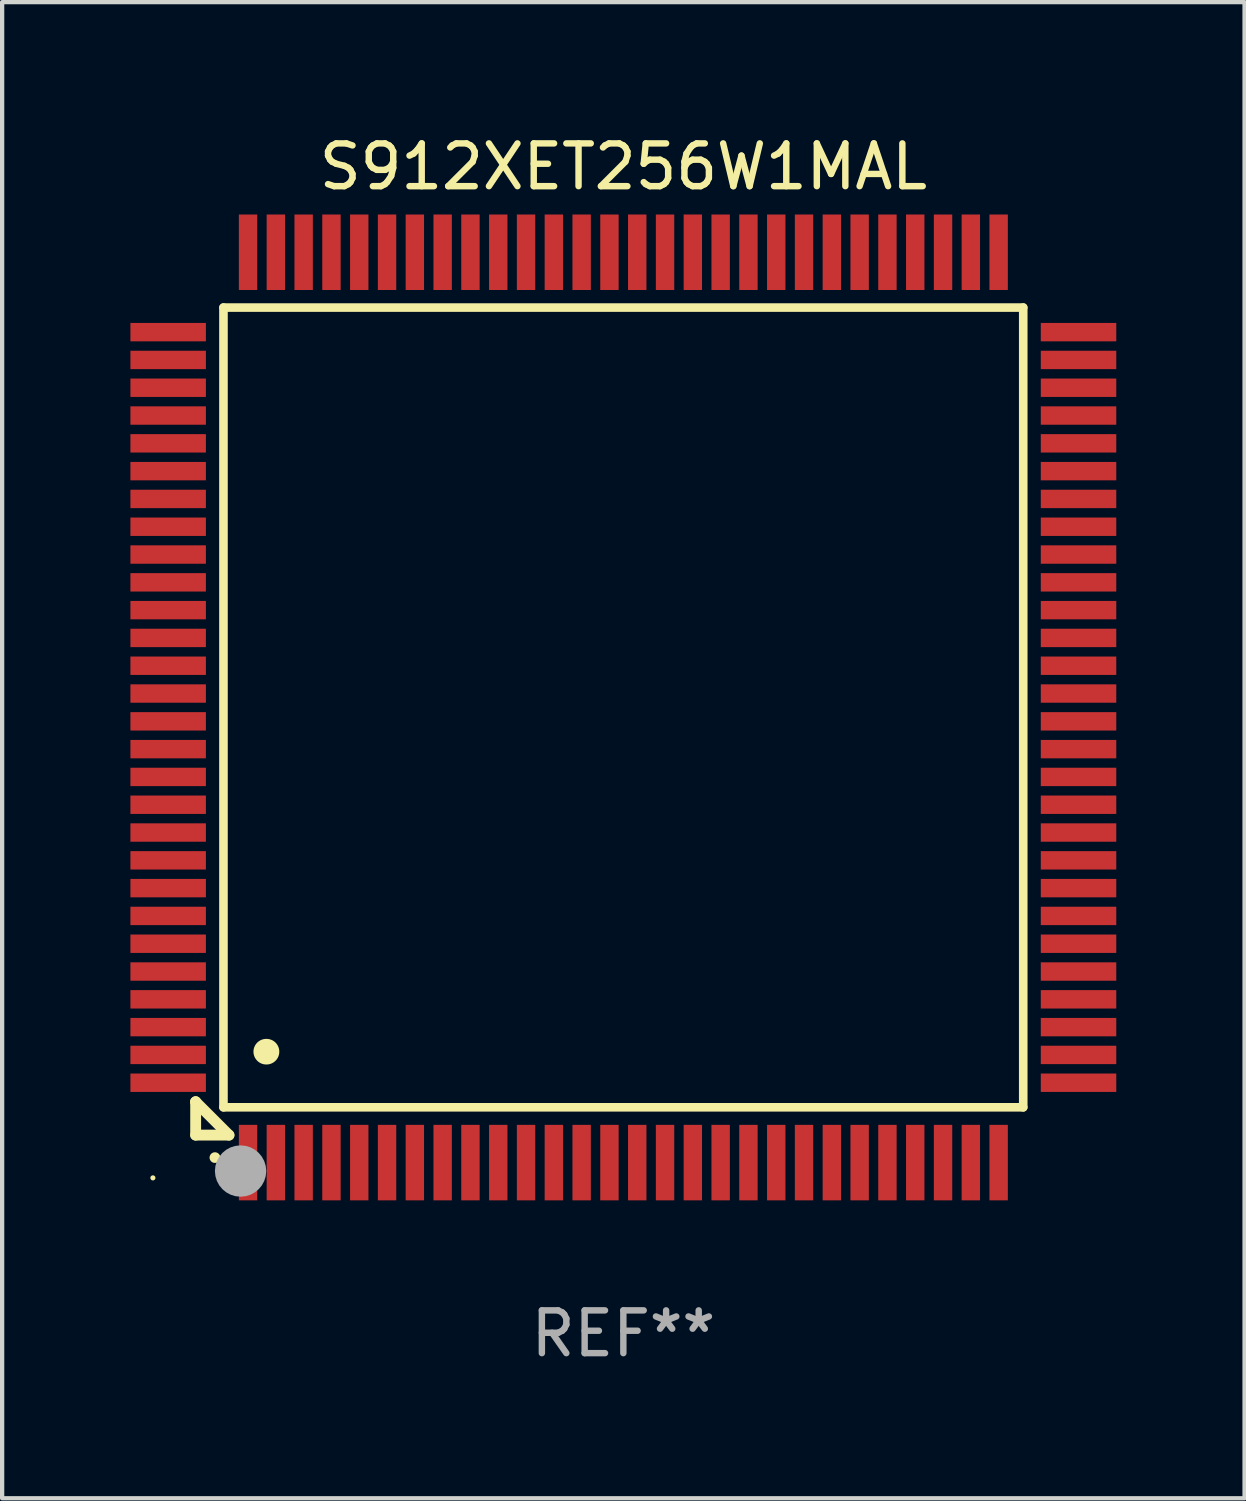
<source format=kicad_pcb>
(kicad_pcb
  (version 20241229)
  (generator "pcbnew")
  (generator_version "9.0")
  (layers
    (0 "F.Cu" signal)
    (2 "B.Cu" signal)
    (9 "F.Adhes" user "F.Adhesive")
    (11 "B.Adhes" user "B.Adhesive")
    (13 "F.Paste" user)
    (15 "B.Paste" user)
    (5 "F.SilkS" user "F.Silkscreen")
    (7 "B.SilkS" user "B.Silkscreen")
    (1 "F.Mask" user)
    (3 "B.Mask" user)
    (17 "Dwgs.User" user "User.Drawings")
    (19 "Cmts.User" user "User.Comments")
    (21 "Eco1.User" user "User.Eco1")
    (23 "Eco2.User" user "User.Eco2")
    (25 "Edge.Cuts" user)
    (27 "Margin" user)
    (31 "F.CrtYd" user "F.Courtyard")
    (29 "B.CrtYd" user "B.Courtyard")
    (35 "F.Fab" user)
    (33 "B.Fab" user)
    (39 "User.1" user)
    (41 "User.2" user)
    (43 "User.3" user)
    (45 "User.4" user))
  (footprint "S912XET256W1MAL"
    (layer "F.Cu")
    (at 11.525 13.491)
    (property "Reference" "S912XET256W1MAL" (at 0 -12.643 0) (layer "F.SilkS") (effects (font (size 1 1) (thickness 0.15))))
    (attr through_hole)
    (fp_line (start -10 9.221) (end -10 9.221) (stroke (width 0.254) (type solid)) (layer "F.SilkS"))
    (fp_line (start -10 9.221) (end -10 10) (stroke (width 0.254) (type solid)) (layer "F.SilkS"))
    (fp_line (start -10 9.221) (end -9.221 10) (stroke (width 0.254) (type solid)) (layer "F.SilkS"))
    (fp_line (start -10 10) (end -9.221 10) (stroke (width 0.254) (type solid)) (layer "F.SilkS"))
    (fp_line (start -9.35 -9.35) (end -9.35 9.35) (stroke (width 0.201) (type solid)) (layer "F.SilkS"))
    (fp_line (start -9.35 9.35) (end 9.35 9.35) (stroke (width 0.201) (type solid)) (layer "F.SilkS"))
    (fp_line (start 9.35 -9.35) (end -9.35 -9.35) (stroke (width 0.201) (type solid)) (layer "F.SilkS"))
    (fp_line (start 9.35 9.35) (end 9.35 -9.35) (stroke (width 0.201) (type solid)) (layer "F.SilkS"))
    (fp_arc (start -9.550546 10.525832) (mid -9.549276 10.525826) (end -9.548006 10.525832) (stroke (width 0.24892) (type solid)) (layer "F.SilkS"))
    (fp_arc (start -8.349124 8.049327) (mid -8.346584 8.049316) (end -8.344044 8.049327) (stroke (width 0.599441) (type solid)) (layer "F.SilkS"))
    (fp_circle (center -11 11) (end -10.97 11) (stroke (width 0.06) (type solid)) (fill no) (layer "F.SilkS"))
    (fp_circle (center -8.95 10.84) (end -8.65 10.84) (stroke (width 0.6) (type solid)) (fill no) (layer "F.Fab"))
    (fp_text user "REF**" (at 0 14.643 0) (layer "F.Fab") (effects (font (size 1 1) (thickness 0.15))))
    (pad "1" smd rect (at -8.775 10.643) (size 0.43 1.765) (layers "F.Cu" "F.Mask" "F.Paste"))
    (pad "2" smd rect (at -8.125 10.643) (size 0.43 1.765) (layers "F.Cu" "F.Mask" "F.Paste"))
    (pad "3" smd rect (at -7.475 10.643) (size 0.43 1.765) (layers "F.Cu" "F.Mask" "F.Paste"))
    (pad "4" smd rect (at -6.825 10.643) (size 0.43 1.765) (layers "F.Cu" "F.Mask" "F.Paste"))
    (pad "5" smd rect (at -6.175 10.643) (size 0.43 1.765) (layers "F.Cu" "F.Mask" "F.Paste"))
    (pad "6" smd rect (at -5.525 10.643) (size 0.43 1.765) (layers "F.Cu" "F.Mask" "F.Paste"))
    (pad "7" smd rect (at -4.875 10.643) (size 0.43 1.765) (layers "F.Cu" "F.Mask" "F.Paste"))
    (pad "8" smd rect (at -4.225 10.643) (size 0.43 1.765) (layers "F.Cu" "F.Mask" "F.Paste"))
    (pad "9" smd rect (at -3.575 10.643) (size 0.43 1.765) (layers "F.Cu" "F.Mask" "F.Paste"))
    (pad "10" smd rect (at -2.925 10.643) (size 0.43 1.765) (layers "F.Cu" "F.Mask" "F.Paste"))
    (pad "11" smd rect (at -2.275 10.643) (size 0.43 1.765) (layers "F.Cu" "F.Mask" "F.Paste"))
    (pad "12" smd rect (at -1.625 10.643) (size 0.43 1.765) (layers "F.Cu" "F.Mask" "F.Paste"))
    (pad "13" smd rect (at -0.975 10.643) (size 0.43 1.765) (layers "F.Cu" "F.Mask" "F.Paste"))
    (pad "14" smd rect (at -0.325 10.643) (size 0.43 1.765) (layers "F.Cu" "F.Mask" "F.Paste"))
    (pad "15" smd rect (at 0.325 10.643) (size 0.43 1.765) (layers "F.Cu" "F.Mask" "F.Paste"))
    (pad "16" smd rect (at 0.975 10.643) (size 0.43 1.765) (layers "F.Cu" "F.Mask" "F.Paste"))
    (pad "17" smd rect (at 1.625 10.643) (size 0.43 1.765) (layers "F.Cu" "F.Mask" "F.Paste"))
    (pad "18" smd rect (at 2.275 10.643) (size 0.43 1.765) (layers "F.Cu" "F.Mask" "F.Paste"))
    (pad "19" smd rect (at 2.925 10.643) (size 0.43 1.765) (layers "F.Cu" "F.Mask" "F.Paste"))
    (pad "20" smd rect (at 3.575 10.643) (size 0.43 1.765) (layers "F.Cu" "F.Mask" "F.Paste"))
    (pad "21" smd rect (at 4.225 10.643) (size 0.43 1.765) (layers "F.Cu" "F.Mask" "F.Paste"))
    (pad "22" smd rect (at 4.875 10.643) (size 0.43 1.765) (layers "F.Cu" "F.Mask" "F.Paste"))
    (pad "23" smd rect (at 5.525 10.643) (size 0.43 1.765) (layers "F.Cu" "F.Mask" "F.Paste"))
    (pad "24" smd rect (at 6.175 10.643) (size 0.43 1.765) (layers "F.Cu" "F.Mask" "F.Paste"))
    (pad "25" smd rect (at 6.825 10.643) (size 0.43 1.765) (layers "F.Cu" "F.Mask" "F.Paste"))
    (pad "26" smd rect (at 7.475 10.643) (size 0.43 1.765) (layers "F.Cu" "F.Mask" "F.Paste"))
    (pad "27" smd rect (at 8.125 10.643) (size 0.43 1.765) (layers "F.Cu" "F.Mask" "F.Paste"))
    (pad "28" smd rect (at 8.775 10.643) (size 0.43 1.765) (layers "F.Cu" "F.Mask" "F.Paste"))
    (pad "29" smd rect (at 10.643 8.775) (size 1.765 0.43) (layers "F.Cu" "F.Mask" "F.Paste"))
    (pad "30" smd rect (at 10.643 8.125) (size 1.765 0.43) (layers "F.Cu" "F.Mask" "F.Paste"))
    (pad "31" smd rect (at 10.643 7.475) (size 1.765 0.43) (layers "F.Cu" "F.Mask" "F.Paste"))
    (pad "32" smd rect (at 10.643 6.825) (size 1.765 0.43) (layers "F.Cu" "F.Mask" "F.Paste"))
    (pad "33" smd rect (at 10.643 6.175) (size 1.765 0.43) (layers "F.Cu" "F.Mask" "F.Paste"))
    (pad "34" smd rect (at 10.643 5.525) (size 1.765 0.43) (layers "F.Cu" "F.Mask" "F.Paste"))
    (pad "35" smd rect (at 10.643 4.875) (size 1.765 0.43) (layers "F.Cu" "F.Mask" "F.Paste"))
    (pad "36" smd rect (at 10.643 4.225) (size 1.765 0.43) (layers "F.Cu" "F.Mask" "F.Paste"))
    (pad "37" smd rect (at 10.643 3.575) (size 1.765 0.43) (layers "F.Cu" "F.Mask" "F.Paste"))
    (pad "38" smd rect (at 10.643 2.925) (size 1.765 0.43) (layers "F.Cu" "F.Mask" "F.Paste"))
    (pad "39" smd rect (at 10.643 2.275) (size 1.765 0.43) (layers "F.Cu" "F.Mask" "F.Paste"))
    (pad "40" smd rect (at 10.643 1.625) (size 1.765 0.43) (layers "F.Cu" "F.Mask" "F.Paste"))
    (pad "41" smd rect (at 10.643 0.975) (size 1.765 0.43) (layers "F.Cu" "F.Mask" "F.Paste"))
    (pad "42" smd rect (at 10.643 0.325) (size 1.765 0.43) (layers "F.Cu" "F.Mask" "F.Paste"))
    (pad "43" smd rect (at 10.643 -0.325) (size 1.765 0.43) (layers "F.Cu" "F.Mask" "F.Paste"))
    (pad "44" smd rect (at 10.643 -0.975) (size 1.765 0.43) (layers "F.Cu" "F.Mask" "F.Paste"))
    (pad "45" smd rect (at 10.643 -1.625) (size 1.765 0.43) (layers "F.Cu" "F.Mask" "F.Paste"))
    (pad "46" smd rect (at 10.643 -2.275) (size 1.765 0.43) (layers "F.Cu" "F.Mask" "F.Paste"))
    (pad "47" smd rect (at 10.643 -2.925) (size 1.765 0.43) (layers "F.Cu" "F.Mask" "F.Paste"))
    (pad "48" smd rect (at 10.643 -3.575) (size 1.765 0.43) (layers "F.Cu" "F.Mask" "F.Paste"))
    (pad "49" smd rect (at 10.643 -4.225) (size 1.765 0.43) (layers "F.Cu" "F.Mask" "F.Paste"))
    (pad "50" smd rect (at 10.643 -4.875) (size 1.765 0.43) (layers "F.Cu" "F.Mask" "F.Paste"))
    (pad "51" smd rect (at 10.643 -5.525) (size 1.765 0.43) (layers "F.Cu" "F.Mask" "F.Paste"))
    (pad "52" smd rect (at 10.643 -6.175) (size 1.765 0.43) (layers "F.Cu" "F.Mask" "F.Paste"))
    (pad "53" smd rect (at 10.643 -6.825) (size 1.765 0.43) (layers "F.Cu" "F.Mask" "F.Paste"))
    (pad "54" smd rect (at 10.643 -7.475) (size 1.765 0.43) (layers "F.Cu" "F.Mask" "F.Paste"))
    (pad "55" smd rect (at 10.643 -8.125) (size 1.765 0.43) (layers "F.Cu" "F.Mask" "F.Paste"))
    (pad "56" smd rect (at 10.643 -8.775) (size 1.765 0.43) (layers "F.Cu" "F.Mask" "F.Paste"))
    (pad "57" smd rect (at 8.775 -10.643) (size 0.43 1.765) (layers "F.Cu" "F.Mask" "F.Paste"))
    (pad "58" smd rect (at 8.125 -10.643) (size 0.43 1.765) (layers "F.Cu" "F.Mask" "F.Paste"))
    (pad "59" smd rect (at 7.475 -10.643) (size 0.43 1.765) (layers "F.Cu" "F.Mask" "F.Paste"))
    (pad "60" smd rect (at 6.825 -10.643) (size 0.43 1.765) (layers "F.Cu" "F.Mask" "F.Paste"))
    (pad "61" smd rect (at 6.175 -10.643) (size 0.43 1.765) (layers "F.Cu" "F.Mask" "F.Paste"))
    (pad "62" smd rect (at 5.525 -10.643) (size 0.43 1.765) (layers "F.Cu" "F.Mask" "F.Paste"))
    (pad "63" smd rect (at 4.875 -10.643) (size 0.43 1.765) (layers "F.Cu" "F.Mask" "F.Paste"))
    (pad "64" smd rect (at 4.225 -10.643) (size 0.43 1.765) (layers "F.Cu" "F.Mask" "F.Paste"))
    (pad "65" smd rect (at 3.575 -10.643) (size 0.43 1.765) (layers "F.Cu" "F.Mask" "F.Paste"))
    (pad "66" smd rect (at 2.925 -10.643) (size 0.43 1.765) (layers "F.Cu" "F.Mask" "F.Paste"))
    (pad "67" smd rect (at 2.275 -10.643) (size 0.43 1.765) (layers "F.Cu" "F.Mask" "F.Paste"))
    (pad "68" smd rect (at 1.625 -10.643) (size 0.43 1.765) (layers "F.Cu" "F.Mask" "F.Paste"))
    (pad "69" smd rect (at 0.975 -10.643) (size 0.43 1.765) (layers "F.Cu" "F.Mask" "F.Paste"))
    (pad "70" smd rect (at 0.325 -10.643) (size 0.43 1.765) (layers "F.Cu" "F.Mask" "F.Paste"))
    (pad "71" smd rect (at -0.325 -10.643) (size 0.43 1.765) (layers "F.Cu" "F.Mask" "F.Paste"))
    (pad "72" smd rect (at -0.975 -10.643) (size 0.43 1.765) (layers "F.Cu" "F.Mask" "F.Paste"))
    (pad "73" smd rect (at -1.625 -10.643) (size 0.43 1.765) (layers "F.Cu" "F.Mask" "F.Paste"))
    (pad "74" smd rect (at -2.275 -10.643) (size 0.43 1.765) (layers "F.Cu" "F.Mask" "F.Paste"))
    (pad "75" smd rect (at -2.925 -10.643) (size 0.43 1.765) (layers "F.Cu" "F.Mask" "F.Paste"))
    (pad "76" smd rect (at -3.575 -10.643) (size 0.43 1.765) (layers "F.Cu" "F.Mask" "F.Paste"))
    (pad "77" smd rect (at -4.225 -10.643) (size 0.43 1.765) (layers "F.Cu" "F.Mask" "F.Paste"))
    (pad "78" smd rect (at -4.875 -10.643) (size 0.43 1.765) (layers "F.Cu" "F.Mask" "F.Paste"))
    (pad "79" smd rect (at -5.525 -10.643) (size 0.43 1.765) (layers "F.Cu" "F.Mask" "F.Paste"))
    (pad "80" smd rect (at -6.175 -10.643) (size 0.43 1.765) (layers "F.Cu" "F.Mask" "F.Paste"))
    (pad "81" smd rect (at -6.825 -10.643) (size 0.43 1.765) (layers "F.Cu" "F.Mask" "F.Paste"))
    (pad "82" smd rect (at -7.475 -10.643) (size 0.43 1.765) (layers "F.Cu" "F.Mask" "F.Paste"))
    (pad "83" smd rect (at -8.125 -10.643) (size 0.43 1.765) (layers "F.Cu" "F.Mask" "F.Paste"))
    (pad "84" smd rect (at -8.775 -10.643) (size 0.43 1.765) (layers "F.Cu" "F.Mask" "F.Paste"))
    (pad "85" smd rect (at -10.643 -8.775) (size 1.765 0.43) (layers "F.Cu" "F.Mask" "F.Paste"))
    (pad "86" smd rect (at -10.643 -8.125) (size 1.765 0.43) (layers "F.Cu" "F.Mask" "F.Paste"))
    (pad "87" smd rect (at -10.643 -7.475) (size 1.765 0.43) (layers "F.Cu" "F.Mask" "F.Paste"))
    (pad "88" smd rect (at -10.643 -6.825) (size 1.765 0.43) (layers "F.Cu" "F.Mask" "F.Paste"))
    (pad "89" smd rect (at -10.643 -6.175) (size 1.765 0.43) (layers "F.Cu" "F.Mask" "F.Paste"))
    (pad "90" smd rect (at -10.643 -5.525) (size 1.765 0.43) (layers "F.Cu" "F.Mask" "F.Paste"))
    (pad "91" smd rect (at -10.643 -4.875) (size 1.765 0.43) (layers "F.Cu" "F.Mask" "F.Paste"))
    (pad "92" smd rect (at -10.643 -4.225) (size 1.765 0.43) (layers "F.Cu" "F.Mask" "F.Paste"))
    (pad "93" smd rect (at -10.643 -3.575) (size 1.765 0.43) (layers "F.Cu" "F.Mask" "F.Paste"))
    (pad "94" smd rect (at -10.643 -2.925) (size 1.765 0.43) (layers "F.Cu" "F.Mask" "F.Paste"))
    (pad "95" smd rect (at -10.643 -2.275) (size 1.765 0.43) (layers "F.Cu" "F.Mask" "F.Paste"))
    (pad "96" smd rect (at -10.643 -1.625) (size 1.765 0.43) (layers "F.Cu" "F.Mask" "F.Paste"))
    (pad "97" smd rect (at -10.643 -0.975) (size 1.765 0.43) (layers "F.Cu" "F.Mask" "F.Paste"))
    (pad "98" smd rect (at -10.643 -0.325) (size 1.765 0.43) (layers "F.Cu" "F.Mask" "F.Paste"))
    (pad "99" smd rect (at -10.643 0.325) (size 1.765 0.43) (layers "F.Cu" "F.Mask" "F.Paste"))
    (pad "100" smd rect (at -10.643 0.975) (size 1.765 0.43) (layers "F.Cu" "F.Mask" "F.Paste"))
    (pad "101" smd rect (at -10.643 1.625) (size 1.765 0.43) (layers "F.Cu" "F.Mask" "F.Paste"))
    (pad "102" smd rect (at -10.643 2.275) (size 1.765 0.43) (layers "F.Cu" "F.Mask" "F.Paste"))
    (pad "103" smd rect (at -10.643 2.925) (size 1.765 0.43) (layers "F.Cu" "F.Mask" "F.Paste"))
    (pad "104" smd rect (at -10.643 3.575) (size 1.765 0.43) (layers "F.Cu" "F.Mask" "F.Paste"))
    (pad "105" smd rect (at -10.643 4.225) (size 1.765 0.43) (layers "F.Cu" "F.Mask" "F.Paste"))
    (pad "106" smd rect (at -10.643 4.875) (size 1.765 0.43) (layers "F.Cu" "F.Mask" "F.Paste"))
    (pad "107" smd rect (at -10.643 5.525) (size 1.765 0.43) (layers "F.Cu" "F.Mask" "F.Paste"))
    (pad "108" smd rect (at -10.643 6.175) (size 1.765 0.43) (layers "F.Cu" "F.Mask" "F.Paste"))
    (pad "109" smd rect (at -10.643 6.825) (size 1.765 0.43) (layers "F.Cu" "F.Mask" "F.Paste"))
    (pad "110" smd rect (at -10.643 7.475) (size 1.765 0.43) (layers "F.Cu" "F.Mask" "F.Paste"))
    (pad "111" smd rect (at -10.643 8.125) (size 1.765 0.43) (layers "F.Cu" "F.Mask" "F.Paste"))
    (pad "112" smd rect (at -10.643 8.775) (size 1.765 0.43) (layers "F.Cu" "F.Mask" "F.Paste")))
  (gr_rect
    (start -3 -3)
    (end 26.05 31.982)
    (stroke (width 0.1) (type default))
    (fill no)
    (layer "Edge.Cuts")))
</source>
